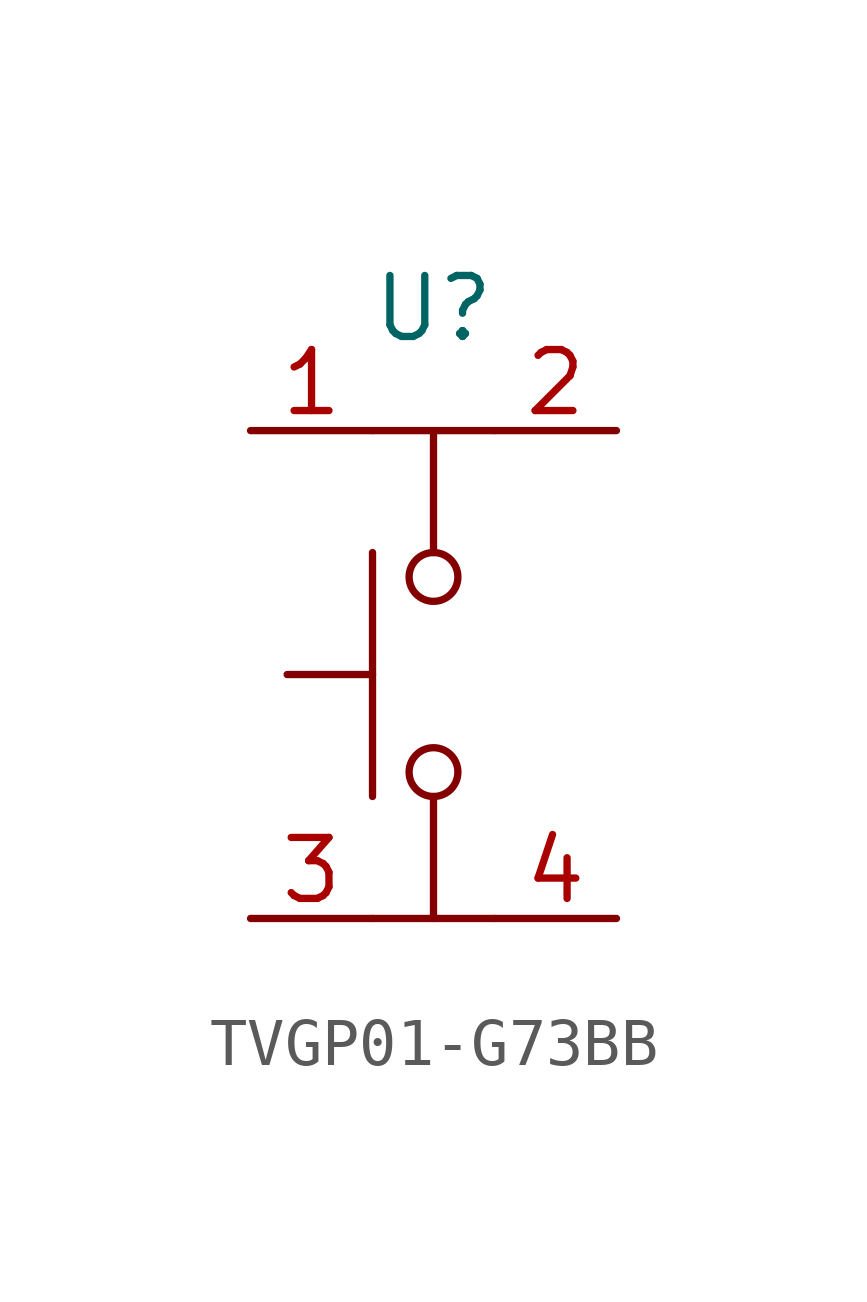
<source format=kicad_sym>
(kicad_symbol_lib
  (version 20231120)
  (generator "kicad_symbol_editor")
  (generator_version "8.0")
  (symbol "TVGP01-G73BB"
    (property "Reference" "U"
      (at 0 7.62 0)
      (effects (font (size 1.27 1.27))))
    (property "Value" ""
      (at 1.27 0 90)
      (effects (font (size 1.27 1.27))))
    (symbol "TVGP01-G73BB_0_1"
      (circle (center 0 -2.032) (radius 0.508) (stroke (width 0) (type default)) (fill (type none)))
      (polyline (pts (xy -1.27 -5.08) (xy 1.27 -5.08)) (stroke (width 0) (type default)) (fill (type none)))
      (polyline (pts (xy -1.27 0) (xy -3.048 0)) (stroke (width 0) (type default)) (fill (type none)))
      (polyline (pts (xy -1.27 2.54) (xy -1.27 -2.54)) (stroke (width 0) (type default)) (fill (type none)))
      (polyline (pts (xy -1.27 5.08) (xy 1.27 5.08)) (stroke (width 0) (type default)) (fill (type none)))
      (polyline (pts (xy 0 -5.08) (xy 0 -2.54)) (stroke (width 0) (type default)) (fill (type none)))
      (polyline (pts (xy 0 2.54) (xy 0 5.08)) (stroke (width 0) (type default)) (fill (type none)))
      (circle (center 0 2.032) (radius 0.508) (stroke (width 0) (type default)) (fill (type none))))
    (symbol "TVGP01-G73BB_1_1"
      (pin passive line (at -3.81 5.08 0) (length 2.54) (name "" (effects (font (size 1.27 1.27)))) (number "1" (effects (font (size 1.27 1.27)))))
      (pin passive line (at 3.81 5.08 180) (length 2.54) (name "" (effects (font (size 1.27 1.27)))) (number "2" (effects (font (size 1.27 1.27)))))
      (pin passive line (at -3.81 -5.08 0) (length 2.54) (name "" (effects (font (size 1.27 1.27)))) (number "3" (effects (font (size 1.27 1.27)))))
      (pin passive line (at 3.81 -5.08 180) (length 2.54) (name "" (effects (font (size 1.27 1.27)))) (number "4" (effects (font (size 1.27 1.27))))))))
</source>
